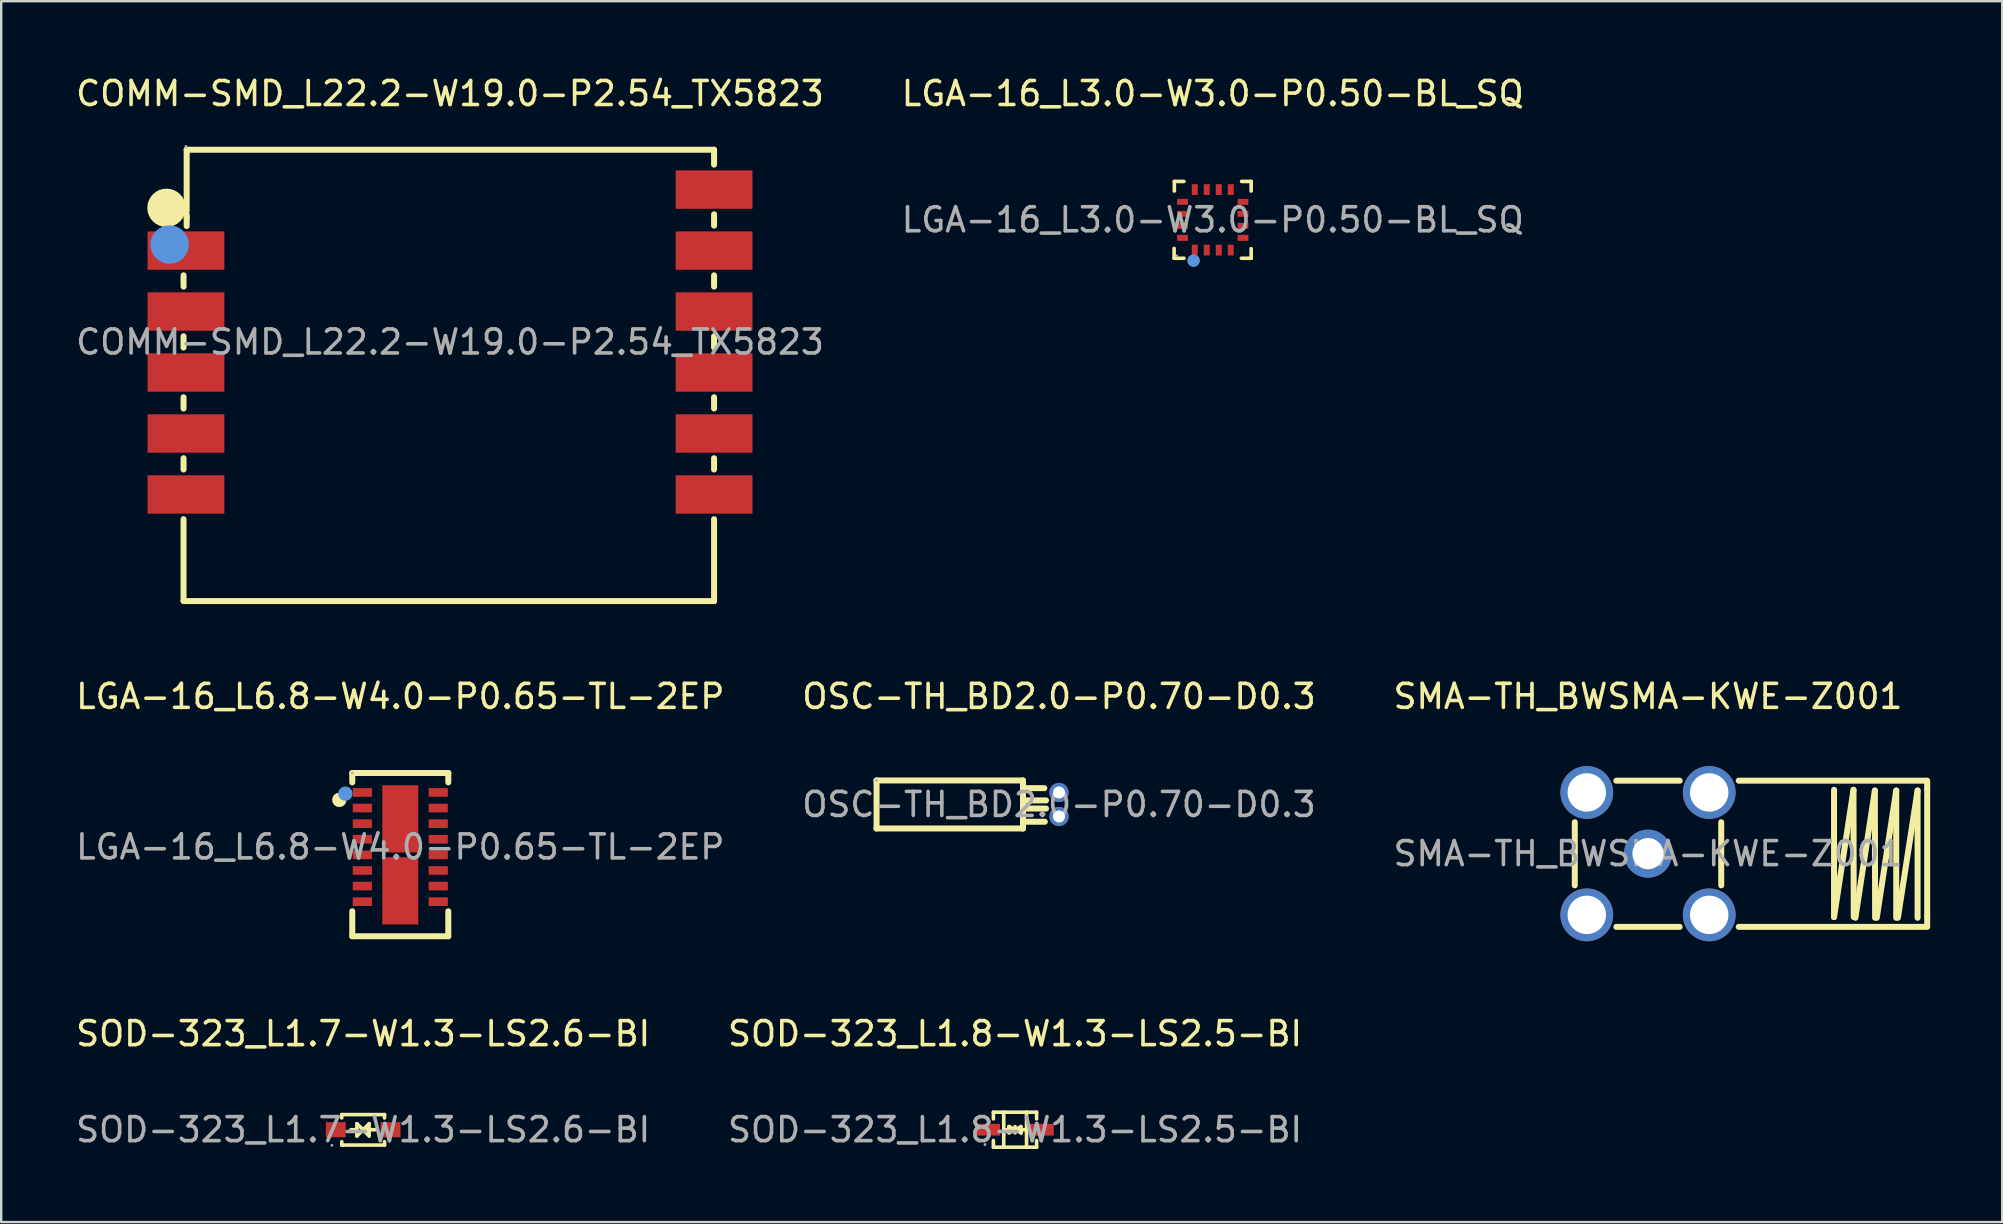
<source format=kicad_pcb>
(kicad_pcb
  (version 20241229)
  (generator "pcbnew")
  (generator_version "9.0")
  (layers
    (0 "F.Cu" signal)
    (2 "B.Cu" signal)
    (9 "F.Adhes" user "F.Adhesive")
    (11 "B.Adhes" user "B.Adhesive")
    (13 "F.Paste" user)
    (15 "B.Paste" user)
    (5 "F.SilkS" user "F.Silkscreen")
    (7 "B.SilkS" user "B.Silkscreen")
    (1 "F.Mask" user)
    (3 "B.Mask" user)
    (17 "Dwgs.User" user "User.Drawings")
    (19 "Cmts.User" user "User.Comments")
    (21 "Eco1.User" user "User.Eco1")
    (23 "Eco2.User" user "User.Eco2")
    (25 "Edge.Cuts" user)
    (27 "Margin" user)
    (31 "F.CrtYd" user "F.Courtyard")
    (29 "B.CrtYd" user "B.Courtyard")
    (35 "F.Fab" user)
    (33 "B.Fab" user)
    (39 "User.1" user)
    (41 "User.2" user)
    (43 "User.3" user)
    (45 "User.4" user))
  (footprint "LGA-16_L6.8-W4.0-P0.65-TL-2EP"
    (layer "F.Cu")
    (at 13.625 32.231)
    (property "Reference" "LGA-16_L6.8-W4.0-P0.65-TL-2EP" (at 0 -6.27 0) (layer "F.SilkS") (effects (font (size 1 1) (thickness 0.15))))
    (attr smd)
    (fp_line (start -2 -3.08) (end 2 -3.08) (stroke (width 0.25) (type solid)) (layer "F.SilkS"))
    (fp_line (start -2 -2.69) (end -2 -3.08) (stroke (width 0.25) (type solid)) (layer "F.SilkS"))
    (fp_line (start -2 3.72) (end -2 2.68) (stroke (width 0.25) (type solid)) (layer "F.SilkS"))
    (fp_line (start 2 -3.08) (end 2 -2.69) (stroke (width 0.25) (type solid)) (layer "F.SilkS"))
    (fp_line (start 2 2.68) (end 2 3.72) (stroke (width 0.25) (type solid)) (layer "F.SilkS"))
    (fp_line (start 2 3.72) (end -2 3.72) (stroke (width 0.25) (type solid)) (layer "F.SilkS"))
    (fp_circle (center -2.54 -1.96) (end -2.39 -1.96) (stroke (width 0.3) (type solid)) (fill no) (layer "F.SilkS"))
    (fp_circle (center -2.29 -2.22) (end -2.14 -2.22) (stroke (width 0.3) (type solid)) (fill no) (layer "Cmts.User"))
    (fp_circle (center -2 -3.08) (end -1.97 -3.08) (stroke (width 0.06) (type solid)) (fill no) (layer "F.Fab"))
    (fp_text user "${REFERENCE}" (at 0 0 0) (layer "F.Fab") (effects (font (size 1 1) (thickness 0.15))))
    (pad "1" smd rect (at -1.58 -2.27) (size 0.8 0.36) (layers "F.Cu" "F.Mask" "F.Paste"))
    (pad "2" smd rect (at -1.58 -1.62) (size 0.8 0.36) (layers "F.Cu" "F.Mask" "F.Paste"))
    (pad "3" smd rect (at -1.58 -0.97) (size 0.8 0.36) (layers "F.Cu" "F.Mask" "F.Paste"))
    (pad "4" smd rect (at -1.58 -0.32) (size 0.8 0.36) (layers "F.Cu" "F.Mask" "F.Paste"))
    (pad "5" smd rect (at -1.58 0.33) (size 0.8 0.36) (layers "F.Cu" "F.Mask" "F.Paste"))
    (pad "6" smd rect (at -1.58 0.98) (size 0.8 0.36) (layers "F.Cu" "F.Mask" "F.Paste"))
    (pad "7" smd rect (at -1.58 1.63) (size 0.8 0.36) (layers "F.Cu" "F.Mask" "F.Paste"))
    (pad "8" smd rect (at -1.58 2.28) (size 0.8 0.36) (layers "F.Cu" "F.Mask" "F.Paste"))
    (pad "9" smd rect (at 1.58 2.28) (size 0.8 0.36) (layers "F.Cu" "F.Mask" "F.Paste"))
    (pad "10" smd rect (at 1.58 1.63) (size 0.8 0.36) (layers "F.Cu" "F.Mask" "F.Paste"))
    (pad "11" smd rect (at 1.58 0.98) (size 0.8 0.36) (layers "F.Cu" "F.Mask" "F.Paste"))
    (pad "12" smd rect (at 1.58 0.33) (size 0.8 0.36) (layers "F.Cu" "F.Mask" "F.Paste"))
    (pad "13" smd rect (at 1.58 -0.32) (size 0.8 0.36) (layers "F.Cu" "F.Mask" "F.Paste"))
    (pad "14" smd rect (at 1.58 -0.97) (size 0.8 0.36) (layers "F.Cu" "F.Mask" "F.Paste"))
    (pad "15" smd rect (at 1.58 -1.62) (size 0.8 0.36) (layers "F.Cu" "F.Mask" "F.Paste"))
    (pad "16" smd rect (at 1.58 -2.27) (size 0.8 0.36) (layers "F.Cu" "F.Mask" "F.Paste"))
    (pad "17" smd rect (at 0 -1.17) (size 1.5 2.8) (layers "F.Cu" "F.Mask" "F.Paste"))
    (pad "18" smd rect (at 0 1.83) (size 1.5 2.8) (layers "F.Cu" "F.Mask" "F.Paste")))
  (footprint "SMA-TH_BWSMA-KWE-Z001"
    (layer "F.Cu")
    (at 65.601 32.511)
    (property "Reference" "SMA-TH_BWSMA-KWE-Z001" (at 0 -6.55 0) (layer "F.SilkS") (effects (font (size 1 1) (thickness 0.15))))
    (attr through_hole)
    (fp_line (start -3.05 -1.31) (end -3.05 1.32) (stroke (width 0.25) (type solid)) (layer "F.SilkS"))
    (fp_line (start -1.32 3.05) (end 1.32 3.05) (stroke (width 0.25) (type solid)) (layer "F.SilkS"))
    (fp_line (start 1.32 -3.04) (end -1.32 -3.04) (stroke (width 0.25) (type solid)) (layer "F.SilkS"))
    (fp_line (start 3.05 1.32) (end 3.05 -1.31) (stroke (width 0.25) (type solid)) (layer "F.SilkS"))
    (fp_line (start 3.78 -3.04) (end 11.6 -3.04) (stroke (width 0.25) (type solid)) (layer "F.SilkS"))
    (fp_line (start 3.78 3.05) (end 11.63 3.05) (stroke (width 0.25) (type solid)) (layer "F.SilkS"))
    (fp_line (start 7.75 -2.66) (end 7.75 2.64) (stroke (width 0.25) (type solid)) (layer "F.SilkS"))
    (fp_line (start 7.75 2.64) (end 8.56 -2.66) (stroke (width 0.25) (type solid)) (layer "F.SilkS"))
    (fp_line (start 8.56 -2.66) (end 8.57 2.64) (stroke (width 0.25) (type solid)) (layer "F.SilkS"))
    (fp_line (start 8.64 2.67) (end 9.45 -2.63) (stroke (width 0.25) (type solid)) (layer "F.SilkS"))
    (fp_line (start 9.45 -2.63) (end 9.46 2.67) (stroke (width 0.25) (type solid)) (layer "F.SilkS"))
    (fp_line (start 9.53 2.67) (end 10.34 -2.63) (stroke (width 0.25) (type solid)) (layer "F.SilkS"))
    (fp_line (start 10.34 -2.63) (end 10.34 2.67) (stroke (width 0.25) (type solid)) (layer "F.SilkS"))
    (fp_line (start 10.41 2.67) (end 11.23 -2.63) (stroke (width 0.25) (type solid)) (layer "F.SilkS"))
    (fp_line (start 11.23 -2.63) (end 11.23 2.67) (stroke (width 0.25) (type solid)) (layer "F.SilkS"))
    (fp_line (start 11.63 -2.68) (end 11.63 -3.04) (stroke (width 0.25) (type solid)) (layer "F.SilkS"))
    (fp_line (start 11.63 -2.68) (end 11.63 2.62) (stroke (width 0.25) (type solid)) (layer "F.SilkS"))
    (fp_line (start 11.63 2.62) (end 11.63 3) (stroke (width 0.25) (type solid)) (layer "F.SilkS"))
    (fp_circle (center -3 3.02) (end -2.97 3.02) (stroke (width 0.06) (type solid)) (fill no) (layer "F.Fab"))
    (fp_circle (center 0 0) (end 0.23 0) (stroke (width 0.45) (type solid)) (fill no) (layer "F.Fab"))
    (fp_text user "${REFERENCE}" (at 0 0 0) (layer "F.Fab") (effects (font (size 1 1) (thickness 0.15))))
    (pad "1" thru_hole circle (at -2.55 2.55) (size 2.2 2.2) (drill 1.6) (layers "*.Cu" "*.Mask"))
    (pad "2" thru_hole circle (at -2.55 -2.55) (size 2.2 2.2) (drill 1.6) (layers "*.Cu" "*.Mask"))
    (pad "3" thru_hole circle (at 2.55 -2.55) (size 2.2 2.2) (drill 1.6) (layers "*.Cu" "*.Mask"))
    (pad "4" thru_hole circle (at 2.55 2.55) (size 2.2 2.2) (drill 1.6) (layers "*.Cu" "*.Mask"))
    (pad "5" thru_hole circle (at 0 0) (size 2 2) (drill 1.3) (layers "*.Cu" "*.Mask")))
  (footprint "LGA-16_L3.0-W3.0-P0.50-BL_SQ"
    (layer "F.Cu")
    (at 47.47 6.108)
    (property "Reference" "LGA-16_L3.0-W3.0-P0.50-BL_SQ" (at 0 -5.26 0) (layer "F.SilkS") (effects (font (size 1 1) (thickness 0.15))))
    (attr smd)
    (fp_line (start -1.61 1.6) (end -1.61 1.19) (stroke (width 0.15) (type solid)) (layer "F.SilkS"))
    (fp_line (start -1.6 -1.6) (end -1.2 -1.6) (stroke (width 0.15) (type solid)) (layer "F.SilkS"))
    (fp_line (start -1.6 -1.2) (end -1.6 -1.6) (stroke (width 0.15) (type solid)) (layer "F.SilkS"))
    (fp_line (start -1.2 1.6) (end -1.61 1.6) (stroke (width 0.15) (type solid)) (layer "F.SilkS"))
    (fp_line (start 1.2 -1.6) (end 1.6 -1.6) (stroke (width 0.15) (type solid)) (layer "F.SilkS"))
    (fp_line (start 1.6 -1.6) (end 1.6 -1.2) (stroke (width 0.15) (type solid)) (layer "F.SilkS"))
    (fp_line (start 1.6 1.2) (end 1.6 1.6) (stroke (width 0.15) (type solid)) (layer "F.SilkS"))
    (fp_line (start 1.6 1.6) (end 1.19 1.6) (stroke (width 0.15) (type solid)) (layer "F.SilkS"))
    (fp_arc (start -0.8 1.7) (mid -0.8 1.7) (end -0.8 1.7) (stroke (width 0.25) (type solid)) (layer "F.SilkS"))
    (fp_circle (center -0.8 1.7) (end -0.67 1.7) (stroke (width 0.25) (type solid)) (fill no) (layer "Cmts.User"))
    (fp_circle (center -1.5 1.5) (end -1.47 1.5) (stroke (width 0.06) (type solid)) (fill no) (layer "F.Fab"))
    (fp_text user "${REFERENCE}" (at 0 0 0) (layer "F.Fab") (effects (font (size 1 1) (thickness 0.15))))
    (pad "1" smd rect (at -0.75 1.26 180) (size 0.25 0.45) (layers "F.Cu" "F.Mask" "F.Paste"))
    (pad "2" smd rect (at -0.25 1.26 180) (size 0.25 0.45) (layers "F.Cu" "F.Mask" "F.Paste"))
    (pad "3" smd rect (at 0.25 1.26 180) (size 0.25 0.45) (layers "F.Cu" "F.Mask" "F.Paste"))
    (pad "4" smd rect (at 0.75 1.26 180) (size 0.25 0.45) (layers "F.Cu" "F.Mask" "F.Paste"))
    (pad "5" smd rect (at 1.26 0.75 90) (size 0.25 0.45) (layers "F.Cu" "F.Mask" "F.Paste"))
    (pad "6" smd rect (at 1.26 0.25 90) (size 0.25 0.45) (layers "F.Cu" "F.Mask" "F.Paste"))
    (pad "7" smd rect (at 1.26 -0.25 90) (size 0.25 0.45) (layers "F.Cu" "F.Mask" "F.Paste"))
    (pad "8" smd rect (at 1.26 -0.75 90) (size 0.25 0.45) (layers "F.Cu" "F.Mask" "F.Paste"))
    (pad "9" smd rect (at 0.75 -1.26 180) (size 0.25 0.45) (layers "F.Cu" "F.Mask" "F.Paste"))
    (pad "10" smd rect (at 0.25 -1.26 180) (size 0.25 0.45) (layers "F.Cu" "F.Mask" "F.Paste"))
    (pad "11" smd rect (at -0.25 -1.26 180) (size 0.25 0.45) (layers "F.Cu" "F.Mask" "F.Paste"))
    (pad "12" smd rect (at -0.75 -1.26 180) (size 0.25 0.45) (layers "F.Cu" "F.Mask" "F.Paste"))
    (pad "13" smd rect (at -1.26 -0.75 90) (size 0.25 0.45) (layers "F.Cu" "F.Mask" "F.Paste"))
    (pad "14" smd rect (at -1.26 -0.25 90) (size 0.25 0.45) (layers "F.Cu" "F.Mask" "F.Paste"))
    (pad "15" smd rect (at -1.26 0.25 90) (size 0.25 0.45) (layers "F.Cu" "F.Mask" "F.Paste"))
    (pad "16" smd rect (at -1.26 0.75 90) (size 0.25 0.45) (layers "F.Cu" "F.Mask" "F.Paste")))
  (footprint "OSC-TH_BD2.0-P0.70-D0.3"
    (layer "F.Cu")
    (at 41.065 30.462)
    (property "Reference" "OSC-TH_BD2.0-P0.70-D0.3" (at 0 -4.5 0) (layer "F.SilkS") (effects (font (size 1 1) (thickness 0.15))))
    (attr through_hole)
    (fp_line (start -7.6 1) (end -7.6 -1) (stroke (width 0.25) (type solid)) (layer "F.SilkS"))
    (fp_line (start -1.5 -1) (end -7.6 -1) (stroke (width 0.25) (type solid)) (layer "F.SilkS"))
    (fp_line (start -1.5 -1) (end -1.5 1) (stroke (width 0.25) (type solid)) (layer "F.SilkS"))
    (fp_line (start -1.5 -0.68) (end -0.61 -0.68) (stroke (width 0.25) (type solid)) (layer "F.SilkS"))
    (fp_line (start -1.5 -0.17) (end -0.54 -0.17) (stroke (width 0.25) (type solid)) (layer "F.SilkS"))
    (fp_line (start -1.5 0.17) (end -0.54 0.17) (stroke (width 0.25) (type solid)) (layer "F.SilkS"))
    (fp_line (start -1.5 0.72) (end -0.59 0.72) (stroke (width 0.25) (type solid)) (layer "F.SilkS"))
    (fp_line (start -1.5 1) (end -7.6 1) (stroke (width 0.25) (type solid)) (layer "F.SilkS"))
    (fp_circle (center -7.6 -1) (end -7.57 -1) (stroke (width 0.06) (type solid)) (fill no) (layer "F.Fab"))
    (fp_circle (center 0 -0.5) (end 0.07 -0.5) (stroke (width 0.15) (type solid)) (fill no) (layer "F.Fab"))
    (fp_circle (center 0 0.5) (end 0.07 0.5) (stroke (width 0.15) (type solid)) (fill no) (layer "F.Fab"))
    (fp_text user "${REFERENCE}" (at 0 0 0) (layer "F.Fab") (effects (font (size 1 1) (thickness 0.15))))
    (pad "1" thru_hole circle (at 0 -0.5 270) (size 0.8 0.8) (drill 0.5) (layers "*.Cu" "*.Mask"))
    (pad "2" thru_hole circle (at 0 0.5 270) (size 0.8 0.8) (drill 0.5) (layers "*.Cu" "*.Mask")))
  (footprint "SOD-323_L1.7-W1.3-LS2.6-BI"
    (layer "F.Cu")
    (at 12.077 44.01)
    (property "Reference" "SOD-323_L1.7-W1.3-LS2.6-BI" (at 0 -4 0) (layer "F.SilkS") (effects (font (size 1 1) (thickness 0.15))))
    (attr smd)
    (fp_line (start -0.89 -0.63) (end 0.89 -0.63) (stroke (width 0.15) (type solid)) (layer "F.SilkS"))
    (fp_line (start -0.89 -0.49) (end -0.89 -0.63) (stroke (width 0.15) (type solid)) (layer "F.SilkS"))
    (fp_line (start -0.89 0.64) (end -0.89 0.5) (stroke (width 0.15) (type solid)) (layer "F.SilkS"))
    (fp_line (start -0.89 0.64) (end 0.89 0.64) (stroke (width 0.15) (type solid)) (layer "F.SilkS"))
    (fp_line (start -0.51 0) (end -0.26 0) (stroke (width 0.15) (type solid)) (layer "F.SilkS"))
    (fp_line (start -0.26 -0.25) (end 0 0) (stroke (width 0.15) (type solid)) (layer "F.SilkS"))
    (fp_line (start -0.26 0.26) (end -0.26 -0.25) (stroke (width 0.15) (type solid)) (layer "F.SilkS"))
    (fp_line (start 0 0) (end -0.26 0.26) (stroke (width 0.15) (type solid)) (layer "F.SilkS"))
    (fp_line (start 0 0) (end 0.25 -0.25) (stroke (width 0.15) (type solid)) (layer "F.SilkS"))
    (fp_line (start 0.25 -0.25) (end 0.25 0.26) (stroke (width 0.15) (type solid)) (layer "F.SilkS"))
    (fp_line (start 0.25 0.26) (end 0 0) (stroke (width 0.15) (type solid)) (layer "F.SilkS"))
    (fp_line (start 0.5 0) (end 0.12 0) (stroke (width 0.15) (type solid)) (layer "F.SilkS"))
    (fp_line (start 0.89 -0.63) (end 0.89 -0.49) (stroke (width 0.15) (type solid)) (layer "F.SilkS"))
    (fp_line (start 0.89 0.5) (end 0.89 0.64) (stroke (width 0.15) (type solid)) (layer "F.SilkS"))
    (fp_circle (center -1.3 0.65) (end -1.27 0.65) (stroke (width 0.06) (type solid)) (fill no) (layer "F.Fab"))
    (fp_text user "${REFERENCE}" (at 0 0 0) (layer "F.Fab") (effects (font (size 1 1) (thickness 0.15))))
    (pad "1" smd rect (at -1.14 0 90) (size 0.63 0.83) (layers "F.Cu" "F.Mask" "F.Paste"))
    (pad "2" smd rect (at 1.14 0 90) (size 0.63 0.83) (layers "F.Cu" "F.Mask" "F.Paste")))
  (footprint "SOD-323_L1.8-W1.3-LS2.5-BI"
    (layer "F.Cu")
    (at 39.232 44.01)
    (property "Reference" "SOD-323_L1.8-W1.3-LS2.5-BI" (at 0 -4 0) (layer "F.SilkS") (effects (font (size 1 1) (thickness 0.15))))
    (attr smd)
    (fp_line (start -0.9 -0.73) (end -0.9 -0.45) (stroke (width 0.15) (type solid)) (layer "F.SilkS"))
    (fp_line (start -0.9 0.73) (end -0.9 0.45) (stroke (width 0.15) (type solid)) (layer "F.SilkS"))
    (fp_line (start -0.47 0) (end 0.48 0) (stroke (width 0.15) (type solid)) (layer "F.SilkS"))
    (fp_line (start -0.47 0.73) (end -0.47 -0.73) (stroke (width 0.15) (type solid)) (layer "F.SilkS"))
    (fp_line (start -0.25 -0.13) (end -0.25 -0.13) (stroke (width 0.15) (type solid)) (layer "F.SilkS"))
    (fp_line (start -0.25 -0.13) (end 0 0) (stroke (width 0.15) (type solid)) (layer "F.SilkS"))
    (fp_line (start -0.25 0.13) (end -0.25 -0.13) (stroke (width 0.15) (type solid)) (layer "F.SilkS"))
    (fp_line (start -0.13 0) (end 0 0) (stroke (width 0.15) (type solid)) (layer "F.SilkS"))
    (fp_line (start 0 -0.13) (end 0 0.13) (stroke (width 0.15) (type solid)) (layer "F.SilkS"))
    (fp_line (start 0 0) (end -0.25 0.13) (stroke (width 0.15) (type solid)) (layer "F.SilkS"))
    (fp_line (start 0 0) (end 0.25 -0.13) (stroke (width 0.15) (type solid)) (layer "F.SilkS"))
    (fp_line (start 0.13 0) (end 0 0) (stroke (width 0.15) (type solid)) (layer "F.SilkS"))
    (fp_line (start 0.25 -0.13) (end 0.25 0.13) (stroke (width 0.15) (type solid)) (layer "F.SilkS"))
    (fp_line (start 0.25 0.13) (end 0 0) (stroke (width 0.15) (type solid)) (layer "F.SilkS"))
    (fp_line (start 0.25 0.13) (end 0.25 0.13) (stroke (width 0.15) (type solid)) (layer "F.SilkS"))
    (fp_line (start 0.48 0.73) (end 0.48 -0.73) (stroke (width 0.15) (type solid)) (layer "F.SilkS"))
    (fp_line (start 0.9 -0.73) (end -0.9 -0.73) (stroke (width 0.15) (type solid)) (layer "F.SilkS"))
    (fp_line (start 0.9 -0.73) (end 0.9 -0.45) (stroke (width 0.15) (type solid)) (layer "F.SilkS"))
    (fp_line (start 0.9 0.73) (end -0.9 0.73) (stroke (width 0.15) (type solid)) (layer "F.SilkS"))
    (fp_line (start 0.9 0.73) (end 0.9 0.45) (stroke (width 0.15) (type solid)) (layer "F.SilkS"))
    (fp_circle (center -1.25 0.62) (end -1.22 0.62) (stroke (width 0.06) (type solid)) (fill no) (layer "F.Fab"))
    (fp_text user "${REFERENCE}" (at 0 0 0) (layer "F.Fab") (effects (font (size 1 1) (thickness 0.15))))
    (pad "1" smd rect (at -1.12 0) (size 0.99 0.49) (layers "F.Cu" "F.Mask" "F.Paste"))
    (pad "2" smd rect (at 1.12 0) (size 0.99 0.49) (layers "F.Cu" "F.Mask" "F.Paste")))
  (footprint "COMM-SMD_L22.2-W19.0-P2.54_TX5823"
    (layer "F.Cu")
    (at 15.696 11.198)
    (property "Reference" "COMM-SMD_L22.2-W19.0-P2.54_TX5823" (at 0 -10.35 0) (layer "F.SilkS") (effects (font (size 1 1) (thickness 0.15))))
    (attr smd)
    (fp_line (start -11.1 -2.31) (end -11.1 -2.78) (stroke (width 0.25) (type solid)) (layer "F.SilkS"))
    (fp_line (start -11.1 0.23) (end -11.1 -0.24) (stroke (width 0.25) (type solid)) (layer "F.SilkS"))
    (fp_line (start -11.1 2.77) (end -11.1 2.3) (stroke (width 0.25) (type solid)) (layer "F.SilkS"))
    (fp_line (start -11.1 5.31) (end -11.1 4.84) (stroke (width 0.25) (type solid)) (layer "F.SilkS"))
    (fp_line (start -11.1 10.79) (end -11.1 7.38) (stroke (width 0.25) (type solid)) (layer "F.SilkS"))
    (fp_line (start -10.97 -8.01) (end 11 -8.01) (stroke (width 0.25) (type solid)) (layer "F.SilkS"))
    (fp_line (start -10.97 -5.47) (end -10.97 -8.01) (stroke (width 0.25) (type solid)) (layer "F.SilkS"))
    (fp_line (start -10.97 -5.17) (end -10.97 -5.32) (stroke (width 0.25) (type solid)) (layer "F.SilkS"))
    (fp_line (start -10.97 -4.83) (end -10.97 -5.17) (stroke (width 0.25) (type solid)) (layer "F.SilkS"))
    (fp_line (start 11 -8.01) (end 11 -7.39) (stroke (width 0.25) (type solid)) (layer "F.SilkS"))
    (fp_line (start 11 -5.32) (end 11 -4.85) (stroke (width 0.25) (type solid)) (layer "F.SilkS"))
    (fp_line (start 11 -2.78) (end 11 -2.31) (stroke (width 0.25) (type solid)) (layer "F.SilkS"))
    (fp_line (start 11 -0.24) (end 11 0.23) (stroke (width 0.25) (type solid)) (layer "F.SilkS"))
    (fp_line (start 11 2.3) (end 11 2.77) (stroke (width 0.25) (type solid)) (layer "F.SilkS"))
    (fp_line (start 11 4.84) (end 11 5.31) (stroke (width 0.25) (type solid)) (layer "F.SilkS"))
    (fp_line (start 11 7.38) (end 11 10.79) (stroke (width 0.25) (type solid)) (layer "F.SilkS"))
    (fp_line (start 11 10.79) (end -11.1 10.79) (stroke (width 0.25) (type solid)) (layer "F.SilkS"))
    (fp_circle (center -11.81 -5.59) (end -11.41 -5.59) (stroke (width 0.8) (type solid)) (fill no) (layer "F.SilkS"))
    (fp_circle (center -11.68 -4.06) (end -11.28 -4.06) (stroke (width 0.8) (type solid)) (fill no) (layer "Cmts.User"))
    (fp_circle (center -11 -8.15) (end -10.97 -8.15) (stroke (width 0.06) (type solid)) (fill no) (layer "F.Fab"))
    (fp_text user "${REFERENCE}" (at 0 0 0) (layer "F.Fab") (effects (font (size 1 1) (thickness 0.15))))
    (pad "1" smd rect (at -11 -3.81) (size 3.2 1.6) (layers "F.Cu" "F.Mask" "F.Paste"))
    (pad "2" smd rect (at -11 -1.27) (size 3.2 1.6) (layers "F.Cu" "F.Mask" "F.Paste"))
    (pad "3" smd rect (at -11 1.27) (size 3.2 1.6) (layers "F.Cu" "F.Mask" "F.Paste"))
    (pad "4" smd rect (at -11 3.81) (size 3.2 1.6) (layers "F.Cu" "F.Mask" "F.Paste"))
    (pad "5" smd rect (at -11 6.35) (size 3.2 1.6) (layers "F.Cu" "F.Mask" "F.Paste"))
    (pad "6" smd rect (at 11 6.35) (size 3.2 1.6) (layers "F.Cu" "F.Mask" "F.Paste"))
    (pad "7" smd rect (at 11 3.81) (size 3.2 1.6) (layers "F.Cu" "F.Mask" "F.Paste"))
    (pad "8" smd rect (at 11 1.27) (size 3.2 1.6) (layers "F.Cu" "F.Mask" "F.Paste"))
    (pad "9" smd rect (at 11 -1.27) (size 3.2 1.6) (layers "F.Cu" "F.Mask" "F.Paste"))
    (pad "10" smd rect (at 11 -3.81) (size 3.2 1.6) (layers "F.Cu" "F.Mask" "F.Paste"))
    (pad "11" smd rect (at 11 -6.35) (size 3.2 1.6) (layers "F.Cu" "F.Mask" "F.Paste")))
  (gr_rect
    (start -3 -3)
    (end 80.356 47.858)
    (stroke (width 0.1) (type default))
    (fill no)
    (layer "Edge.Cuts")))
</source>
